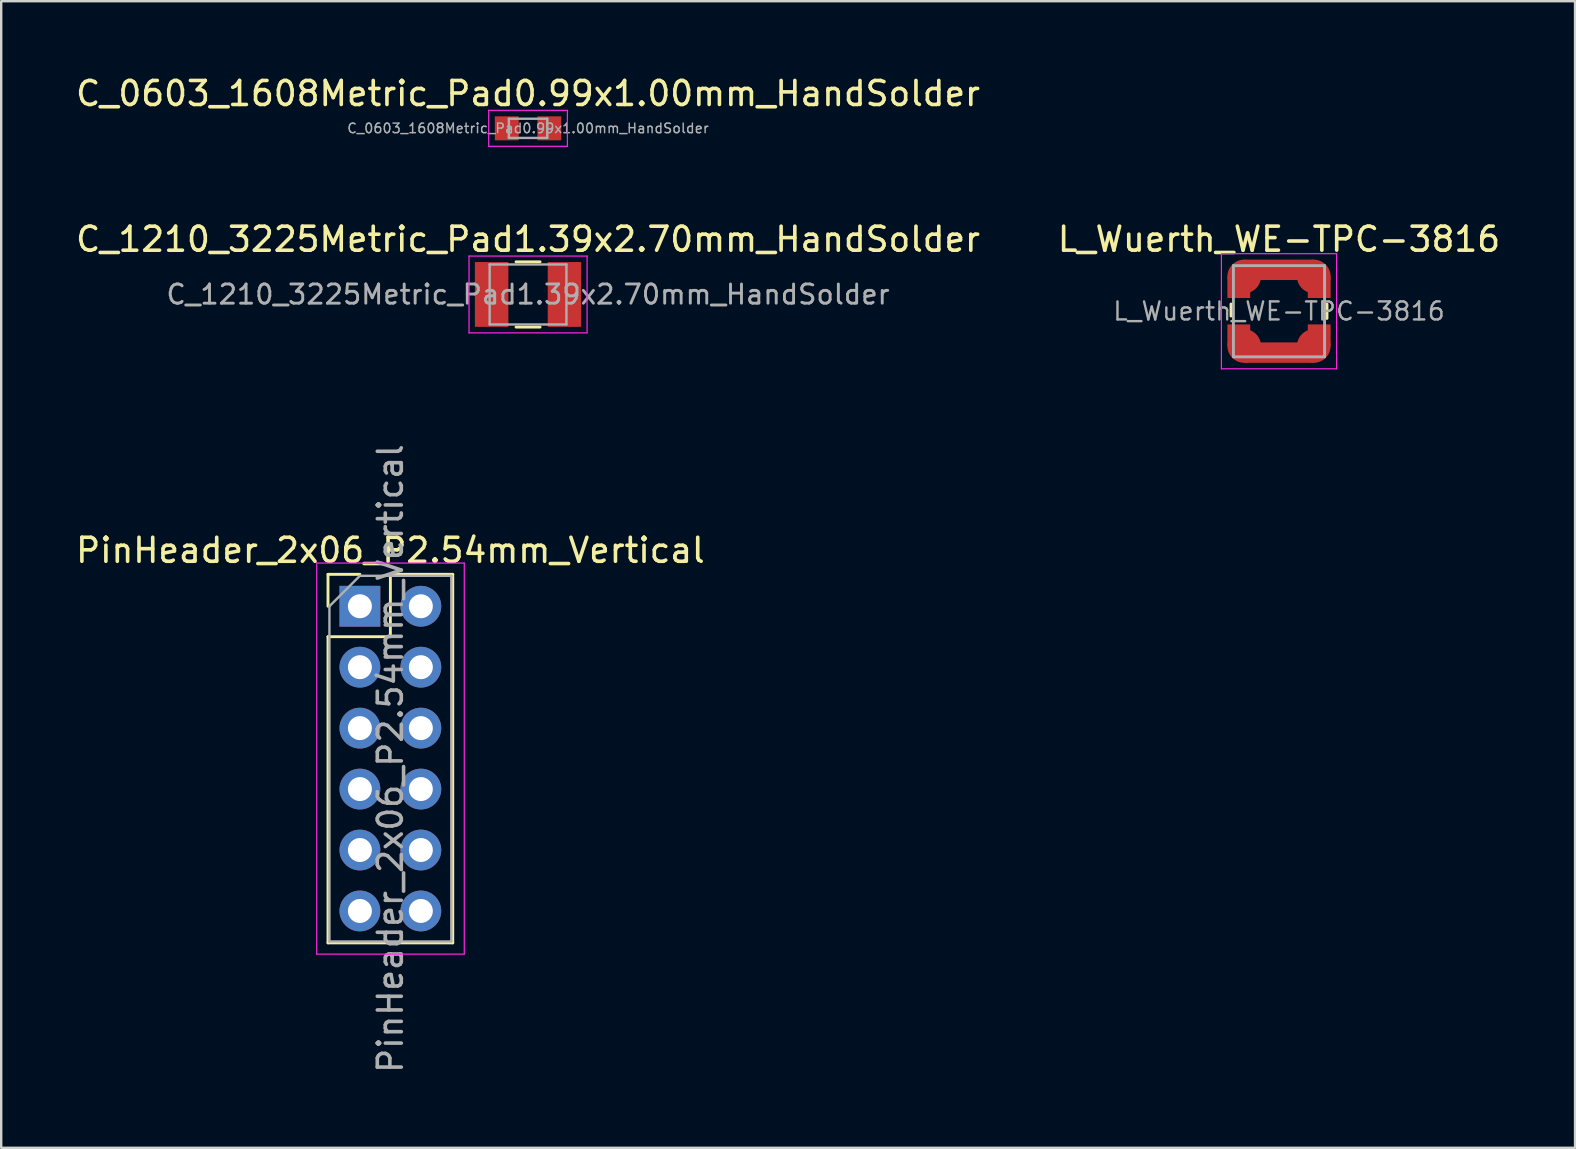
<source format=kicad_pcb>
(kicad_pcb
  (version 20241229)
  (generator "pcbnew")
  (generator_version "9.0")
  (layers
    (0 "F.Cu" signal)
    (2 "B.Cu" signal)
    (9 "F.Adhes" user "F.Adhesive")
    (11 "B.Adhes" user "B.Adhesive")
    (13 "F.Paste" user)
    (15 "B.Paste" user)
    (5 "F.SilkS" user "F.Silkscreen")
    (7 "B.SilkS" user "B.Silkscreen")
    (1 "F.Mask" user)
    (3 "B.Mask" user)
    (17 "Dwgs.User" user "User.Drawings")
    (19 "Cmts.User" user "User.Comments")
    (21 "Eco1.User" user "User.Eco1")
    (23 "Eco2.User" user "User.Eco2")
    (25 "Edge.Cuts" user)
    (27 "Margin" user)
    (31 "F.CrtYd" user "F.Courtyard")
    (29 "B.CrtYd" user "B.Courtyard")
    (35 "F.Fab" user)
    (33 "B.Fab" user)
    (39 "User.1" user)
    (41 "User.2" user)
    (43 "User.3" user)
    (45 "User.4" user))
  (footprint "C_1210_3225Metric_Pad1.39x2.70mm_HandSolder"
    (layer "F.Cu")
    (at 18.958 9.222)
    (property "Reference" "C_1210_3225Metric_Pad1.39x2.70mm_HandSolder" (at 0 -2.3 0) (layer "F.SilkS") (effects (font (size 1 1) (thickness 0.15))))
    (attr smd)
    (fp_line (start -0.5 -1.36) (end 0.5 -1.36) (stroke (width 0.12) (type solid)) (layer "F.SilkS"))
    (fp_line (start -0.5 1.36) (end 0.5 1.36) (stroke (width 0.12) (type solid)) (layer "F.SilkS"))
    (fp_line (start -2.46 -1.6) (end 2.46 -1.6) (stroke (width 0.05) (type solid)) (layer "F.CrtYd"))
    (fp_line (start -2.46 1.6) (end -2.46 -1.6) (stroke (width 0.05) (type solid)) (layer "F.CrtYd"))
    (fp_line (start 2.46 -1.6) (end 2.46 1.6) (stroke (width 0.05) (type solid)) (layer "F.CrtYd"))
    (fp_line (start 2.46 1.6) (end -2.46 1.6) (stroke (width 0.05) (type solid)) (layer "F.CrtYd"))
    (fp_line (start -1.6 -1.25) (end 1.6 -1.25) (stroke (width 0.1) (type solid)) (layer "F.Fab"))
    (fp_line (start -1.6 1.25) (end -1.6 -1.25) (stroke (width 0.1) (type solid)) (layer "F.Fab"))
    (fp_line (start 1.6 -1.25) (end 1.6 1.25) (stroke (width 0.1) (type solid)) (layer "F.Fab"))
    (fp_line (start 1.6 1.25) (end -1.6 1.25) (stroke (width 0.1) (type solid)) (layer "F.Fab"))
    (fp_text user "${REFERENCE}" (at 0 0 0) (layer "F.Fab") (effects (font (size 0.8 0.8) (thickness 0.12))))
    (pad "1" smd rect (at -1.518 0) (size 1.395 2.7) (layers "F.Cu" "F.Mask" "F.Paste"))
    (pad "2" smd rect (at 1.518 0) (size 1.395 2.7) (layers "F.Cu" "F.Mask" "F.Paste")))
  (footprint "C_0603_1608Metric_Pad0.99x1.00mm_HandSolder"
    (layer "F.Cu")
    (at 18.958 2.298)
    (property "Reference" "C_0603_1608Metric_Pad0.99x1.00mm_HandSolder" (at 0 -1.45 0) (layer "F.SilkS") (effects (font (size 1 1) (thickness 0.15))))
    (attr smd)
    (fp_line (start -1.64 -0.75) (end 1.64 -0.75) (stroke (width 0.05) (type solid)) (layer "F.CrtYd"))
    (fp_line (start -1.64 0.75) (end -1.64 -0.75) (stroke (width 0.05) (type solid)) (layer "F.CrtYd"))
    (fp_line (start 1.64 -0.75) (end 1.64 0.75) (stroke (width 0.05) (type solid)) (layer "F.CrtYd"))
    (fp_line (start 1.64 0.75) (end -1.64 0.75) (stroke (width 0.05) (type solid)) (layer "F.CrtYd"))
    (fp_line (start -0.8 -0.4) (end 0.8 -0.4) (stroke (width 0.1) (type solid)) (layer "F.Fab"))
    (fp_line (start -0.8 0.4) (end -0.8 -0.4) (stroke (width 0.1) (type solid)) (layer "F.Fab"))
    (fp_line (start 0.8 -0.4) (end 0.8 0.4) (stroke (width 0.1) (type solid)) (layer "F.Fab"))
    (fp_line (start 0.8 0.4) (end -0.8 0.4) (stroke (width 0.1) (type solid)) (layer "F.Fab"))
    (fp_text user "${REFERENCE}" (at 0 0 0) (layer "F.Fab") (effects (font (size 0.4 0.4) (thickness 0.06))))
    (pad "1" smd rect (at -0.887 0) (size 0.995 1) (layers "F.Cu" "F.Mask" "F.Paste"))
    (pad "2" smd rect (at 0.887 0) (size 0.995 1) (layers "F.Cu" "F.Mask" "F.Paste")))
  (footprint "L_Wuerth_WE-TPC-3816"
    (layer "F.Cu")
    (at 50.256 9.921)
    (property "Reference" "L_Wuerth_WE-TPC-3816" (at 0 -3 0) (layer "F.SilkS") (effects (font (size 1 1) (thickness 0.15))))
    (attr smd)
    (fp_line (start -2 -0.3) (end -2 0.2) (stroke (width 0.12) (type solid)) (layer "F.SilkS"))
    (fp_line (start 2 -0.3) (end 2 0.3) (stroke (width 0.12) (type solid)) (layer "F.SilkS"))
    (fp_line (start -2.4 -2.4) (end -2.4 2.4) (stroke (width 0.05) (type solid)) (layer "F.CrtYd"))
    (fp_line (start -2.4 2.4) (end 2.4 2.4) (stroke (width 0.05) (type solid)) (layer "F.CrtYd"))
    (fp_line (start 2.4 -2.4) (end -2.4 -2.4) (stroke (width 0.05) (type solid)) (layer "F.CrtYd"))
    (fp_line (start 2.4 2.4) (end 2.4 -2.4) (stroke (width 0.05) (type solid)) (layer "F.CrtYd"))
    (fp_line (start -1.9 -1.9) (end 1.9 -1.9) (stroke (width 0.12) (type solid)) (layer "F.Fab"))
    (fp_line (start -1.9 1.9) (end -1.9 -1.9) (stroke (width 0.12) (type solid)) (layer "F.Fab"))
    (fp_line (start 1.9 -1.9) (end 1.9 1.9) (stroke (width 0.12) (type solid)) (layer "F.Fab"))
    (fp_line (start 1.9 1.9) (end -1.9 1.9) (stroke (width 0.12) (type solid)) (layer "F.Fab"))
    (fp_text user "${REFERENCE}" (at 0 0 0) (layer "F.Fab") (effects (font (size 0.75 0.75) (thickness 0.1))))
    (pad "1" smd rect (at -1.675 -1) (size 0.95 0.9) (layers "F.Cu" "F.Mask" "F.Paste"))
    (pad "1" smd circle (at -1.45 -1.45) (size 1.4 1.4) (layers "F.Cu" "F.Mask" "F.Paste"))
    (pad "1" smd rect (at 0 -1.725) (size 2.9 0.85) (layers "F.Cu" "F.Mask" "F.Paste"))
    (pad "1" smd circle (at 1.45 -1.45) (size 1.4 1.4) (layers "F.Cu" "F.Mask" "F.Paste"))
    (pad "1" smd rect (at 1.675 -1) (size 0.95 0.9) (layers "F.Cu" "F.Mask" "F.Paste"))
    (pad "2" smd rect (at -1.675 1) (size 0.95 0.9) (layers "F.Cu" "F.Mask" "F.Paste"))
    (pad "2" smd circle (at -1.45 1.45) (size 1.4 1.4) (layers "F.Cu" "F.Mask" "F.Paste"))
    (pad "2" smd rect (at 0 1.725) (size 2.9 0.85) (layers "F.Cu" "F.Mask" "F.Paste"))
    (pad "2" smd circle (at 1.45 1.45) (size 1.4 1.4) (layers "F.Cu" "F.Mask" "F.Paste"))
    (pad "2" smd rect (at 1.675 1) (size 0.95 0.9) (layers "F.Cu" "F.Mask" "F.Paste")))
  (footprint "PinHeader_2x06_P2.54mm_Vertical"
    (layer "F.Cu")
    (at 11.95 22.217)
    (property "Reference" "PinHeader_2x06_P2.54mm_Vertical" (at 1.27 -2.33 0) (layer "F.SilkS") (effects (font (size 1 1) (thickness 0.15))))
    (attr through_hole)
    (fp_line (start -1.33 -1.33) (end 0 -1.33) (stroke (width 0.12) (type solid)) (layer "F.SilkS"))
    (fp_line (start -1.33 0) (end -1.33 -1.33) (stroke (width 0.12) (type solid)) (layer "F.SilkS"))
    (fp_line (start -1.33 1.27) (end -1.33 14.03) (stroke (width 0.12) (type solid)) (layer "F.SilkS"))
    (fp_line (start -1.33 1.27) (end 1.27 1.27) (stroke (width 0.12) (type solid)) (layer "F.SilkS"))
    (fp_line (start -1.33 14.03) (end 3.87 14.03) (stroke (width 0.12) (type solid)) (layer "F.SilkS"))
    (fp_line (start 1.27 -1.33) (end 3.87 -1.33) (stroke (width 0.12) (type solid)) (layer "F.SilkS"))
    (fp_line (start 1.27 1.27) (end 1.27 -1.33) (stroke (width 0.12) (type solid)) (layer "F.SilkS"))
    (fp_line (start 3.87 -1.33) (end 3.87 14.03) (stroke (width 0.12) (type solid)) (layer "F.SilkS"))
    (fp_line (start -1.8 -1.8) (end -1.8 14.5) (stroke (width 0.05) (type solid)) (layer "F.CrtYd"))
    (fp_line (start -1.8 14.5) (end 4.35 14.5) (stroke (width 0.05) (type solid)) (layer "F.CrtYd"))
    (fp_line (start 4.35 -1.8) (end -1.8 -1.8) (stroke (width 0.05) (type solid)) (layer "F.CrtYd"))
    (fp_line (start 4.35 14.5) (end 4.35 -1.8) (stroke (width 0.05) (type solid)) (layer "F.CrtYd"))
    (fp_line (start -1.27 0) (end 0 -1.27) (stroke (width 0.1) (type solid)) (layer "F.Fab"))
    (fp_line (start -1.27 13.97) (end -1.27 0) (stroke (width 0.1) (type solid)) (layer "F.Fab"))
    (fp_line (start 0 -1.27) (end 3.81 -1.27) (stroke (width 0.1) (type solid)) (layer "F.Fab"))
    (fp_line (start 3.81 -1.27) (end 3.81 13.97) (stroke (width 0.1) (type solid)) (layer "F.Fab"))
    (fp_line (start 3.81 13.97) (end -1.27 13.97) (stroke (width 0.1) (type solid)) (layer "F.Fab"))
    (fp_text user "${REFERENCE}" (at 1.27 6.35 90) (layer "F.Fab") (effects (font (size 1 1) (thickness 0.15))))
    (pad "1" thru_hole rect (at 0 0) (size 1.7 1.7) (drill 1) (layers "*.Cu" "*.Mask"))
    (pad "2" thru_hole oval (at 2.54 0) (size 1.7 1.7) (drill 1) (layers "*.Cu" "*.Mask"))
    (pad "3" thru_hole oval (at 0 2.54) (size 1.7 1.7) (drill 1) (layers "*.Cu" "*.Mask"))
    (pad "4" thru_hole oval (at 2.54 2.54) (size 1.7 1.7) (drill 1) (layers "*.Cu" "*.Mask"))
    (pad "5" thru_hole oval (at 0 5.08) (size 1.7 1.7) (drill 1) (layers "*.Cu" "*.Mask"))
    (pad "6" thru_hole oval (at 2.54 5.08) (size 1.7 1.7) (drill 1) (layers "*.Cu" "*.Mask"))
    (pad "7" thru_hole oval (at 0 7.62) (size 1.7 1.7) (drill 1) (layers "*.Cu" "*.Mask"))
    (pad "8" thru_hole oval (at 2.54 7.62) (size 1.7 1.7) (drill 1) (layers "*.Cu" "*.Mask"))
    (pad "9" thru_hole oval (at 0 10.16) (size 1.7 1.7) (drill 1) (layers "*.Cu" "*.Mask"))
    (pad "10" thru_hole oval (at 2.54 10.16) (size 1.7 1.7) (drill 1) (layers "*.Cu" "*.Mask"))
    (pad "11" thru_hole oval (at 0 12.7) (size 1.7 1.7) (drill 1) (layers "*.Cu" "*.Mask"))
    (pad "12" thru_hole oval (at 2.54 12.7) (size 1.7 1.7) (drill 1) (layers "*.Cu" "*.Mask")))
  (gr_rect
    (start -3 -3)
    (end 62.595 44.787)
    (stroke (width 0.1) (type default))
    (fill no)
    (layer "Edge.Cuts")))
</source>
